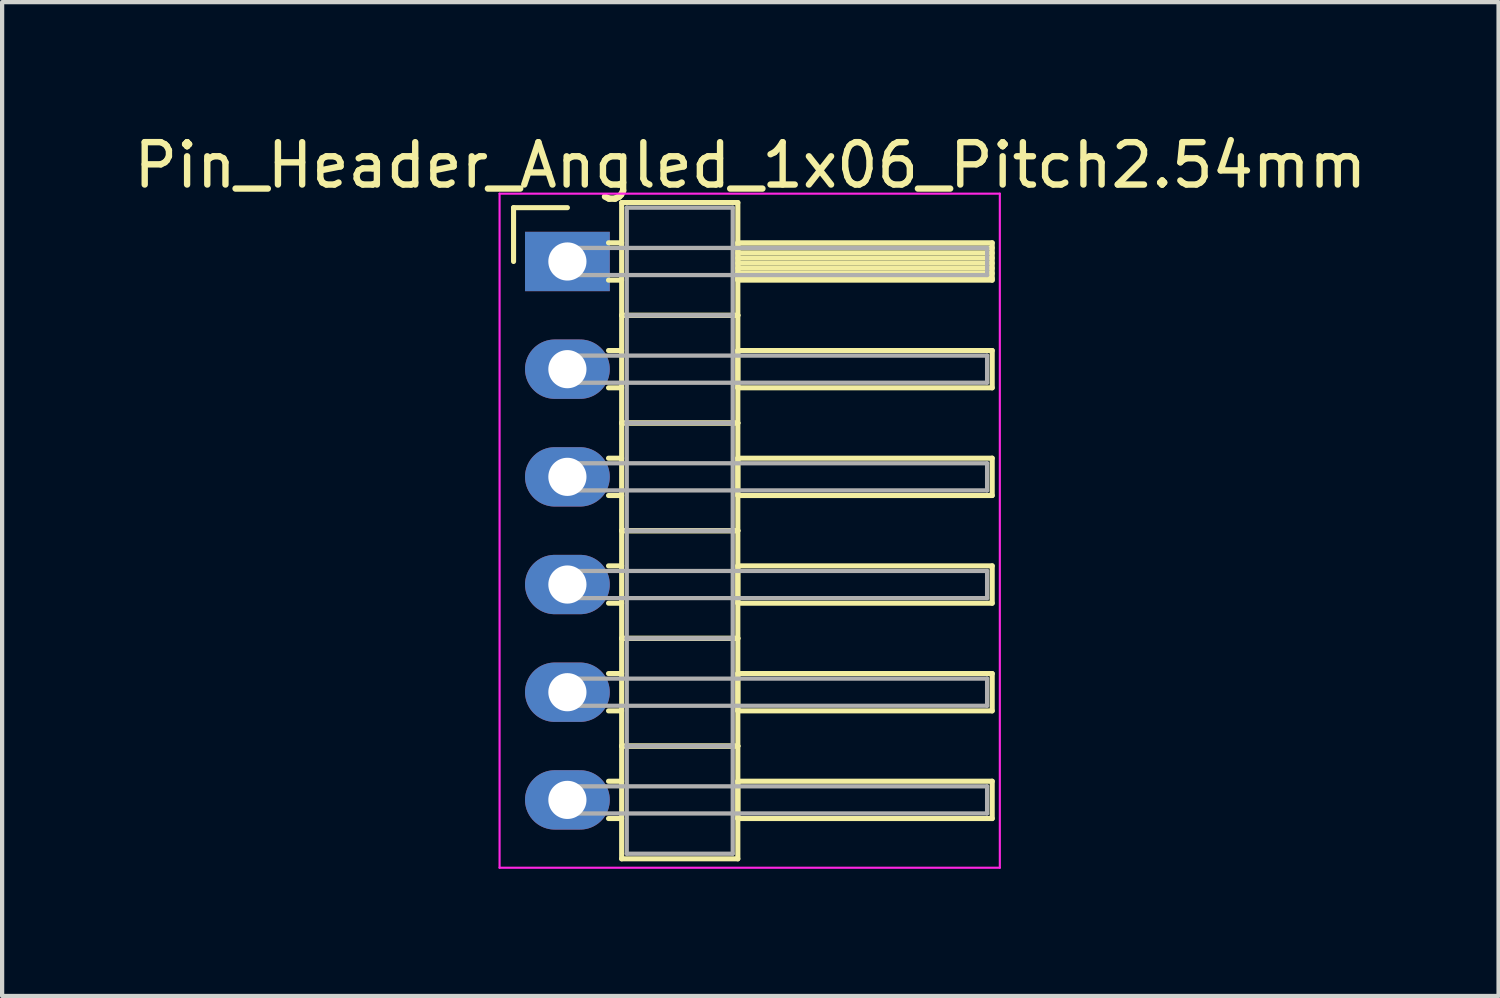
<source format=kicad_pcb>
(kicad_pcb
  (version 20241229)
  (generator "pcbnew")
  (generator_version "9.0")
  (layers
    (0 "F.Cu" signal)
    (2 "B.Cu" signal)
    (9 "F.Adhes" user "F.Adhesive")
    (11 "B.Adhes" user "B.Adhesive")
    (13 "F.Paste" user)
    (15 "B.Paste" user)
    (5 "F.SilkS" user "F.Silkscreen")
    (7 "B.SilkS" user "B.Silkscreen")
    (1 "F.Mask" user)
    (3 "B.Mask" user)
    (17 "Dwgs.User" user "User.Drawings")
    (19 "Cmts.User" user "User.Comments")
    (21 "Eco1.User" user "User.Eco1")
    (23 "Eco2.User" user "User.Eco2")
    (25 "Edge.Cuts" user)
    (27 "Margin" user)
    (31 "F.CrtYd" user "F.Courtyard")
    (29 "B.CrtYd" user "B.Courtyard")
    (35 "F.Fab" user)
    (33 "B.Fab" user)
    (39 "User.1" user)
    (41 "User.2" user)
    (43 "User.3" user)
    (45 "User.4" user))
  (footprint "Pin_Header_Angled_1x06_Pitch2.54mm"
    (layer "F.Cu")
    (at 10.334 3.118)
    (property "Reference" "Pin_Header_Angled_1x06_Pitch2.54mm" (at 4.315 -2.27 0) (layer "F.SilkS") (effects (font (size 1 1) (thickness 0.15))))
    (attr through_hole)
    (fp_line (start -1.27 -1.27) (end 0 -1.27) (stroke (width 0.12) (type solid)) (layer "F.SilkS"))
    (fp_line (start -1.27 0) (end -1.27 -1.27) (stroke (width 0.12) (type solid)) (layer "F.SilkS"))
    (fp_line (start 0.97 -0.44) (end 1.28 -0.44) (stroke (width 0.12) (type solid)) (layer "F.SilkS"))
    (fp_line (start 0.97 0.44) (end 1.28 0.44) (stroke (width 0.12) (type solid)) (layer "F.SilkS"))
    (fp_line (start 0.97 2.1) (end 1.28 2.1) (stroke (width 0.12) (type solid)) (layer "F.SilkS"))
    (fp_line (start 0.97 2.98) (end 1.28 2.98) (stroke (width 0.12) (type solid)) (layer "F.SilkS"))
    (fp_line (start 0.97 4.64) (end 1.28 4.64) (stroke (width 0.12) (type solid)) (layer "F.SilkS"))
    (fp_line (start 0.97 5.52) (end 1.28 5.52) (stroke (width 0.12) (type solid)) (layer "F.SilkS"))
    (fp_line (start 0.97 7.18) (end 1.28 7.18) (stroke (width 0.12) (type solid)) (layer "F.SilkS"))
    (fp_line (start 0.97 8.06) (end 1.28 8.06) (stroke (width 0.12) (type solid)) (layer "F.SilkS"))
    (fp_line (start 0.97 9.72) (end 1.28 9.72) (stroke (width 0.12) (type solid)) (layer "F.SilkS"))
    (fp_line (start 0.97 10.6) (end 1.28 10.6) (stroke (width 0.12) (type solid)) (layer "F.SilkS"))
    (fp_line (start 0.97 12.26) (end 1.28 12.26) (stroke (width 0.12) (type solid)) (layer "F.SilkS"))
    (fp_line (start 0.97 13.14) (end 1.28 13.14) (stroke (width 0.12) (type solid)) (layer "F.SilkS"))
    (fp_line (start 1.28 -1.39) (end 1.28 1.27) (stroke (width 0.12) (type solid)) (layer "F.SilkS"))
    (fp_line (start 1.28 1.27) (end 1.28 3.81) (stroke (width 0.12) (type solid)) (layer "F.SilkS"))
    (fp_line (start 1.28 1.27) (end 4.02 1.27) (stroke (width 0.12) (type solid)) (layer "F.SilkS"))
    (fp_line (start 1.28 3.81) (end 1.28 6.35) (stroke (width 0.12) (type solid)) (layer "F.SilkS"))
    (fp_line (start 1.28 3.81) (end 4.02 3.81) (stroke (width 0.12) (type solid)) (layer "F.SilkS"))
    (fp_line (start 1.28 6.35) (end 1.28 8.89) (stroke (width 0.12) (type solid)) (layer "F.SilkS"))
    (fp_line (start 1.28 6.35) (end 4.02 6.35) (stroke (width 0.12) (type solid)) (layer "F.SilkS"))
    (fp_line (start 1.28 8.89) (end 1.28 11.43) (stroke (width 0.12) (type solid)) (layer "F.SilkS"))
    (fp_line (start 1.28 8.89) (end 4.02 8.89) (stroke (width 0.12) (type solid)) (layer "F.SilkS"))
    (fp_line (start 1.28 11.43) (end 1.28 14.09) (stroke (width 0.12) (type solid)) (layer "F.SilkS"))
    (fp_line (start 1.28 11.43) (end 4.02 11.43) (stroke (width 0.12) (type solid)) (layer "F.SilkS"))
    (fp_line (start 1.28 14.09) (end 4.02 14.09) (stroke (width 0.12) (type solid)) (layer "F.SilkS"))
    (fp_line (start 4.02 -1.39) (end 1.28 -1.39) (stroke (width 0.12) (type solid)) (layer "F.SilkS"))
    (fp_line (start 4.02 -0.44) (end 4.02 0.44) (stroke (width 0.12) (type solid)) (layer "F.SilkS"))
    (fp_line (start 4.02 -0.32) (end 10.02 -0.32) (stroke (width 0.12) (type solid)) (layer "F.SilkS"))
    (fp_line (start 4.02 -0.2) (end 10.02 -0.2) (stroke (width 0.12) (type solid)) (layer "F.SilkS"))
    (fp_line (start 4.02 -0.08) (end 10.02 -0.08) (stroke (width 0.12) (type solid)) (layer "F.SilkS"))
    (fp_line (start 4.02 0.04) (end 10.02 0.04) (stroke (width 0.12) (type solid)) (layer "F.SilkS"))
    (fp_line (start 4.02 0.16) (end 10.02 0.16) (stroke (width 0.12) (type solid)) (layer "F.SilkS"))
    (fp_line (start 4.02 0.28) (end 10.02 0.28) (stroke (width 0.12) (type solid)) (layer "F.SilkS"))
    (fp_line (start 4.02 0.4) (end 10.02 0.4) (stroke (width 0.12) (type solid)) (layer "F.SilkS"))
    (fp_line (start 4.02 0.44) (end 10.02 0.44) (stroke (width 0.12) (type solid)) (layer "F.SilkS"))
    (fp_line (start 4.02 1.27) (end 1.28 1.27) (stroke (width 0.12) (type solid)) (layer "F.SilkS"))
    (fp_line (start 4.02 1.27) (end 4.02 -1.39) (stroke (width 0.12) (type solid)) (layer "F.SilkS"))
    (fp_line (start 4.02 2.1) (end 4.02 2.98) (stroke (width 0.12) (type solid)) (layer "F.SilkS"))
    (fp_line (start 4.02 2.98) (end 10.02 2.98) (stroke (width 0.12) (type solid)) (layer "F.SilkS"))
    (fp_line (start 4.02 3.81) (end 1.28 3.81) (stroke (width 0.12) (type solid)) (layer "F.SilkS"))
    (fp_line (start 4.02 3.81) (end 4.02 1.27) (stroke (width 0.12) (type solid)) (layer "F.SilkS"))
    (fp_line (start 4.02 4.64) (end 4.02 5.52) (stroke (width 0.12) (type solid)) (layer "F.SilkS"))
    (fp_line (start 4.02 5.52) (end 10.02 5.52) (stroke (width 0.12) (type solid)) (layer "F.SilkS"))
    (fp_line (start 4.02 6.35) (end 1.28 6.35) (stroke (width 0.12) (type solid)) (layer "F.SilkS"))
    (fp_line (start 4.02 6.35) (end 4.02 3.81) (stroke (width 0.12) (type solid)) (layer "F.SilkS"))
    (fp_line (start 4.02 7.18) (end 4.02 8.06) (stroke (width 0.12) (type solid)) (layer "F.SilkS"))
    (fp_line (start 4.02 8.06) (end 10.02 8.06) (stroke (width 0.12) (type solid)) (layer "F.SilkS"))
    (fp_line (start 4.02 8.89) (end 1.28 8.89) (stroke (width 0.12) (type solid)) (layer "F.SilkS"))
    (fp_line (start 4.02 8.89) (end 4.02 6.35) (stroke (width 0.12) (type solid)) (layer "F.SilkS"))
    (fp_line (start 4.02 9.72) (end 4.02 10.6) (stroke (width 0.12) (type solid)) (layer "F.SilkS"))
    (fp_line (start 4.02 10.6) (end 10.02 10.6) (stroke (width 0.12) (type solid)) (layer "F.SilkS"))
    (fp_line (start 4.02 11.43) (end 1.28 11.43) (stroke (width 0.12) (type solid)) (layer "F.SilkS"))
    (fp_line (start 4.02 11.43) (end 4.02 8.89) (stroke (width 0.12) (type solid)) (layer "F.SilkS"))
    (fp_line (start 4.02 12.26) (end 4.02 13.14) (stroke (width 0.12) (type solid)) (layer "F.SilkS"))
    (fp_line (start 4.02 13.14) (end 10.02 13.14) (stroke (width 0.12) (type solid)) (layer "F.SilkS"))
    (fp_line (start 4.02 14.09) (end 4.02 11.43) (stroke (width 0.12) (type solid)) (layer "F.SilkS"))
    (fp_line (start 10.02 -0.44) (end 4.02 -0.44) (stroke (width 0.12) (type solid)) (layer "F.SilkS"))
    (fp_line (start 10.02 0.44) (end 10.02 -0.44) (stroke (width 0.12) (type solid)) (layer "F.SilkS"))
    (fp_line (start 10.02 2.1) (end 4.02 2.1) (stroke (width 0.12) (type solid)) (layer "F.SilkS"))
    (fp_line (start 10.02 2.98) (end 10.02 2.1) (stroke (width 0.12) (type solid)) (layer "F.SilkS"))
    (fp_line (start 10.02 4.64) (end 4.02 4.64) (stroke (width 0.12) (type solid)) (layer "F.SilkS"))
    (fp_line (start 10.02 5.52) (end 10.02 4.64) (stroke (width 0.12) (type solid)) (layer "F.SilkS"))
    (fp_line (start 10.02 7.18) (end 4.02 7.18) (stroke (width 0.12) (type solid)) (layer "F.SilkS"))
    (fp_line (start 10.02 8.06) (end 10.02 7.18) (stroke (width 0.12) (type solid)) (layer "F.SilkS"))
    (fp_line (start 10.02 9.72) (end 4.02 9.72) (stroke (width 0.12) (type solid)) (layer "F.SilkS"))
    (fp_line (start 10.02 10.6) (end 10.02 9.72) (stroke (width 0.12) (type solid)) (layer "F.SilkS"))
    (fp_line (start 10.02 12.26) (end 4.02 12.26) (stroke (width 0.12) (type solid)) (layer "F.SilkS"))
    (fp_line (start 10.02 13.14) (end 10.02 12.26) (stroke (width 0.12) (type solid)) (layer "F.SilkS"))
    (fp_line (start -1.6 -1.6) (end -1.6 14.3) (stroke (width 0.05) (type solid)) (layer "F.CrtYd"))
    (fp_line (start -1.6 14.3) (end 10.2 14.3) (stroke (width 0.05) (type solid)) (layer "F.CrtYd"))
    (fp_line (start 10.2 -1.6) (end -1.6 -1.6) (stroke (width 0.05) (type solid)) (layer "F.CrtYd"))
    (fp_line (start 10.2 14.3) (end 10.2 -1.6) (stroke (width 0.05) (type solid)) (layer "F.CrtYd"))
    (fp_line (start 0 -0.32) (end 0 0.32) (stroke (width 0.1) (type solid)) (layer "F.Fab"))
    (fp_line (start 0 0.32) (end 9.9 0.32) (stroke (width 0.1) (type solid)) (layer "F.Fab"))
    (fp_line (start 0 2.22) (end 0 2.86) (stroke (width 0.1) (type solid)) (layer "F.Fab"))
    (fp_line (start 0 2.86) (end 9.9 2.86) (stroke (width 0.1) (type solid)) (layer "F.Fab"))
    (fp_line (start 0 4.76) (end 0 5.4) (stroke (width 0.1) (type solid)) (layer "F.Fab"))
    (fp_line (start 0 5.4) (end 9.9 5.4) (stroke (width 0.1) (type solid)) (layer "F.Fab"))
    (fp_line (start 0 7.3) (end 0 7.94) (stroke (width 0.1) (type solid)) (layer "F.Fab"))
    (fp_line (start 0 7.94) (end 9.9 7.94) (stroke (width 0.1) (type solid)) (layer "F.Fab"))
    (fp_line (start 0 9.84) (end 0 10.48) (stroke (width 0.1) (type solid)) (layer "F.Fab"))
    (fp_line (start 0 10.48) (end 9.9 10.48) (stroke (width 0.1) (type solid)) (layer "F.Fab"))
    (fp_line (start 0 12.38) (end 0 13.02) (stroke (width 0.1) (type solid)) (layer "F.Fab"))
    (fp_line (start 0 13.02) (end 9.9 13.02) (stroke (width 0.1) (type solid)) (layer "F.Fab"))
    (fp_line (start 1.4 -1.27) (end 1.4 1.27) (stroke (width 0.1) (type solid)) (layer "F.Fab"))
    (fp_line (start 1.4 1.27) (end 1.4 3.81) (stroke (width 0.1) (type solid)) (layer "F.Fab"))
    (fp_line (start 1.4 1.27) (end 3.9 1.27) (stroke (width 0.1) (type solid)) (layer "F.Fab"))
    (fp_line (start 1.4 3.81) (end 1.4 6.35) (stroke (width 0.1) (type solid)) (layer "F.Fab"))
    (fp_line (start 1.4 3.81) (end 3.9 3.81) (stroke (width 0.1) (type solid)) (layer "F.Fab"))
    (fp_line (start 1.4 6.35) (end 1.4 8.89) (stroke (width 0.1) (type solid)) (layer "F.Fab"))
    (fp_line (start 1.4 6.35) (end 3.9 6.35) (stroke (width 0.1) (type solid)) (layer "F.Fab"))
    (fp_line (start 1.4 8.89) (end 1.4 11.43) (stroke (width 0.1) (type solid)) (layer "F.Fab"))
    (fp_line (start 1.4 8.89) (end 3.9 8.89) (stroke (width 0.1) (type solid)) (layer "F.Fab"))
    (fp_line (start 1.4 11.43) (end 1.4 13.97) (stroke (width 0.1) (type solid)) (layer "F.Fab"))
    (fp_line (start 1.4 11.43) (end 3.9 11.43) (stroke (width 0.1) (type solid)) (layer "F.Fab"))
    (fp_line (start 1.4 13.97) (end 3.9 13.97) (stroke (width 0.1) (type solid)) (layer "F.Fab"))
    (fp_line (start 3.9 -1.27) (end 1.4 -1.27) (stroke (width 0.1) (type solid)) (layer "F.Fab"))
    (fp_line (start 3.9 1.27) (end 1.4 1.27) (stroke (width 0.1) (type solid)) (layer "F.Fab"))
    (fp_line (start 3.9 1.27) (end 3.9 -1.27) (stroke (width 0.1) (type solid)) (layer "F.Fab"))
    (fp_line (start 3.9 3.81) (end 1.4 3.81) (stroke (width 0.1) (type solid)) (layer "F.Fab"))
    (fp_line (start 3.9 3.81) (end 3.9 1.27) (stroke (width 0.1) (type solid)) (layer "F.Fab"))
    (fp_line (start 3.9 6.35) (end 1.4 6.35) (stroke (width 0.1) (type solid)) (layer "F.Fab"))
    (fp_line (start 3.9 6.35) (end 3.9 3.81) (stroke (width 0.1) (type solid)) (layer "F.Fab"))
    (fp_line (start 3.9 8.89) (end 1.4 8.89) (stroke (width 0.1) (type solid)) (layer "F.Fab"))
    (fp_line (start 3.9 8.89) (end 3.9 6.35) (stroke (width 0.1) (type solid)) (layer "F.Fab"))
    (fp_line (start 3.9 11.43) (end 1.4 11.43) (stroke (width 0.1) (type solid)) (layer "F.Fab"))
    (fp_line (start 3.9 11.43) (end 3.9 8.89) (stroke (width 0.1) (type solid)) (layer "F.Fab"))
    (fp_line (start 3.9 13.97) (end 3.9 11.43) (stroke (width 0.1) (type solid)) (layer "F.Fab"))
    (fp_line (start 9.9 -0.32) (end 0 -0.32) (stroke (width 0.1) (type solid)) (layer "F.Fab"))
    (fp_line (start 9.9 0.32) (end 9.9 -0.32) (stroke (width 0.1) (type solid)) (layer "F.Fab"))
    (fp_line (start 9.9 2.22) (end 0 2.22) (stroke (width 0.1) (type solid)) (layer "F.Fab"))
    (fp_line (start 9.9 2.86) (end 9.9 2.22) (stroke (width 0.1) (type solid)) (layer "F.Fab"))
    (fp_line (start 9.9 4.76) (end 0 4.76) (stroke (width 0.1) (type solid)) (layer "F.Fab"))
    (fp_line (start 9.9 5.4) (end 9.9 4.76) (stroke (width 0.1) (type solid)) (layer "F.Fab"))
    (fp_line (start 9.9 7.3) (end 0 7.3) (stroke (width 0.1) (type solid)) (layer "F.Fab"))
    (fp_line (start 9.9 7.94) (end 9.9 7.3) (stroke (width 0.1) (type solid)) (layer "F.Fab"))
    (fp_line (start 9.9 9.84) (end 0 9.84) (stroke (width 0.1) (type solid)) (layer "F.Fab"))
    (fp_line (start 9.9 10.48) (end 9.9 9.84) (stroke (width 0.1) (type solid)) (layer "F.Fab"))
    (fp_line (start 9.9 12.38) (end 0 12.38) (stroke (width 0.1) (type solid)) (layer "F.Fab"))
    (fp_line (start 9.9 13.02) (end 9.9 12.38) (stroke (width 0.1) (type solid)) (layer "F.Fab"))
    (pad "1" thru_hole rect (at 0 0) (size 2 1.4) (drill 0.9) (layers "*.Cu" "*.Mask"))
    (pad "2" thru_hole oval (at 0 2.54) (size 2 1.4) (drill 0.9) (layers "*.Cu" "*.Mask"))
    (pad "3" thru_hole oval (at 0 5.08) (size 2 1.4) (drill 0.9) (layers "*.Cu" "*.Mask"))
    (pad "4" thru_hole oval (at 0 7.62) (size 2 1.4) (drill 0.9) (layers "*.Cu" "*.Mask"))
    (pad "5" thru_hole oval (at 0 10.16) (size 2 1.4) (drill 0.9) (layers "*.Cu" "*.Mask"))
    (pad "6" thru_hole oval (at 0 12.7) (size 2 1.4) (drill 0.9) (layers "*.Cu" "*.Mask")))
  (gr_rect
    (start -3 -3)
    (end 32.298 20.443)
    (stroke (width 0.1) (type default))
    (fill no)
    (layer "Edge.Cuts")))
</source>
